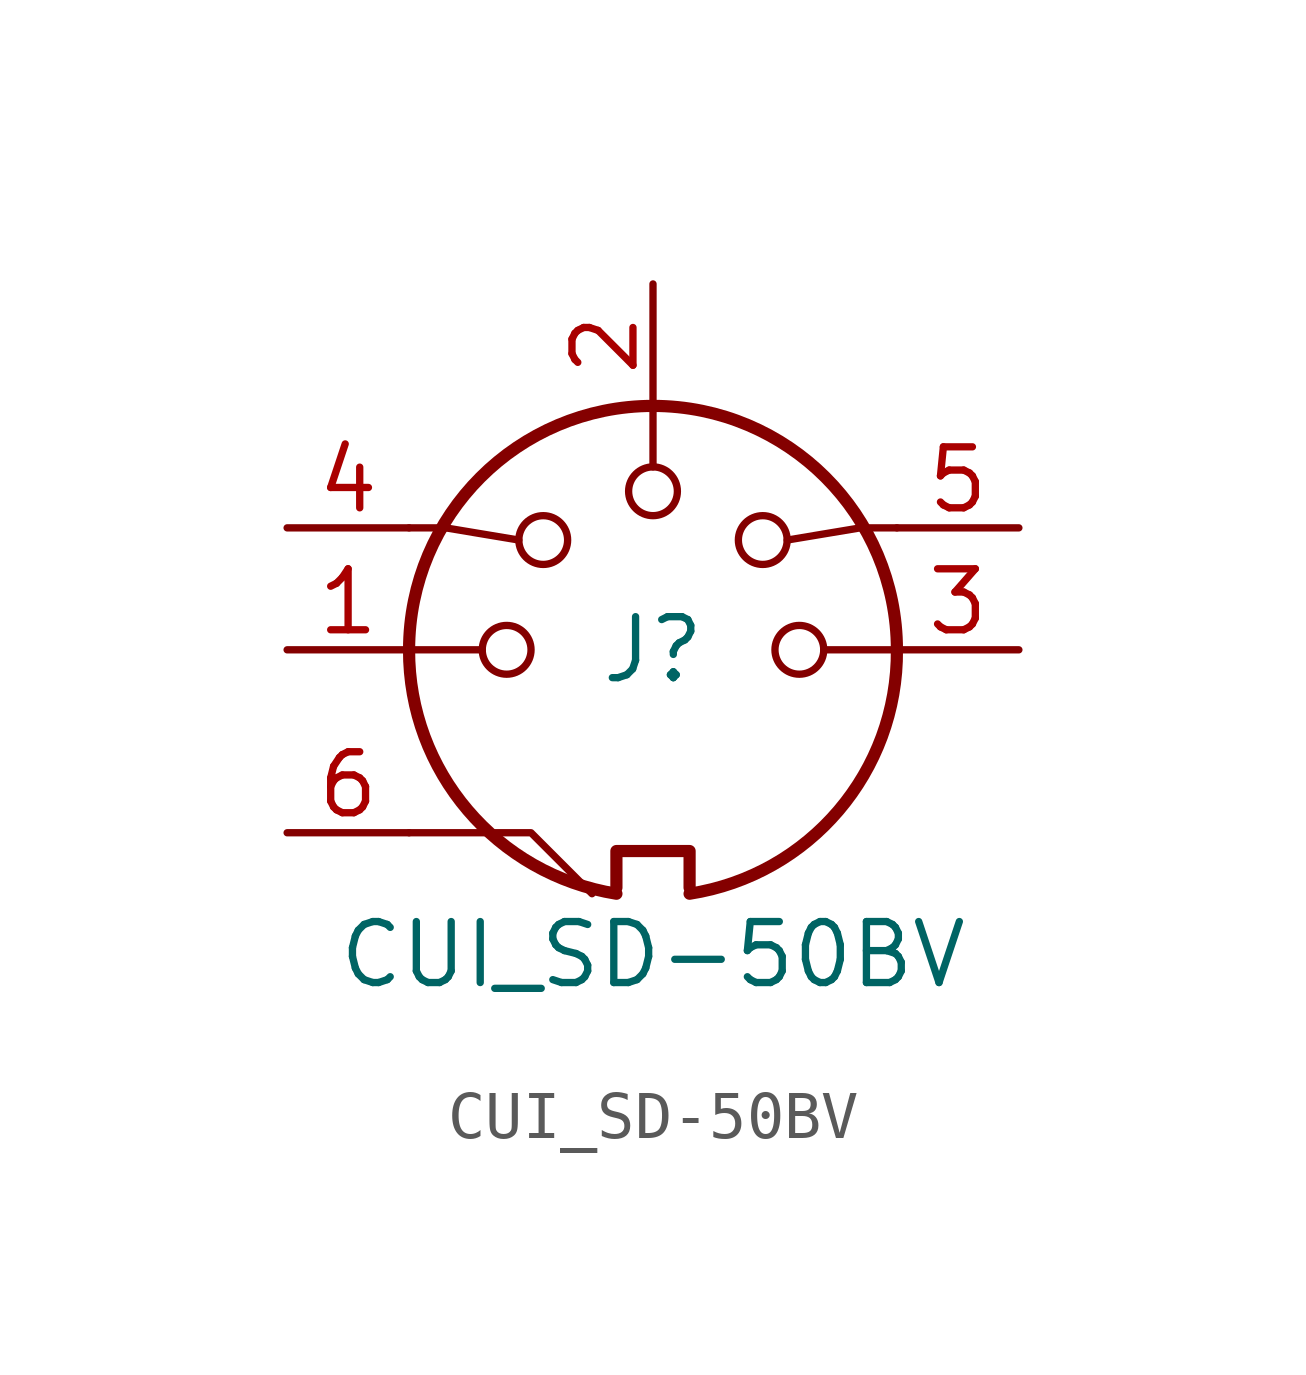
<source format=kicad_sym>
(kicad_symbol_lib
  (version 20211014)
  (generator kicad_symbol_editor)
  (symbol "CUI_SD-50BV"
    (property "Reference" "J"
      (at 0 0 0)
      (effects (font (size 1.27 1.27))))
    (property "Value" "CUI_SD-50BV"
      (at 0 -6.35 0)
      (effects (font (size 1.27 1.27))))
    (symbol "CUI_SD-50BV_0_1"
      (arc (start -5.08 0) (mid -3.8597 -3.3379) (end -0.762 -5.08) (stroke (width 0.254) (type default) (color 0 0 0 0)) (fill (type none)))
      (circle (center -3.048 0) (radius 0.508) (stroke (width 0) (type default) (color 0 0 0 0)) (fill (type none)))
      (circle (center -2.286 2.286) (radius 0.508) (stroke (width 0) (type default) (color 0 0 0 0)) (fill (type none)))
      (polyline (pts (xy -5.08 0) (xy -3.556 0)) (stroke (width 0) (type default) (color 0 0 0 0)) (fill (type none)))
      (polyline (pts (xy 0 5.08) (xy 0 3.81)) (stroke (width 0) (type default) (color 0 0 0 0)) (fill (type none)))
      (polyline (pts (xy 5.08 0) (xy 3.556 0)) (stroke (width 0) (type default) (color 0 0 0 0)) (fill (type none)))
      (polyline (pts (xy -5.08 -3.81) (xy -2.54 -3.81) (xy -1.27 -5.08)) (stroke (width 0) (type default) (color 0 0 0 0)) (fill (type none)))
      (polyline (pts (xy -5.08 2.54) (xy -4.318 2.54) (xy -2.794 2.286)) (stroke (width 0) (type default) (color 0 0 0 0)) (fill (type none)))
      (polyline (pts (xy 5.08 2.54) (xy 4.318 2.54) (xy 2.794 2.286)) (stroke (width 0) (type default) (color 0 0 0 0)) (fill (type none)))
      (polyline (pts (xy -0.762 -4.953) (xy -0.762 -4.191) (xy 0.762 -4.191) (xy 0.762 -4.953)) (stroke (width 0.254) (type default) (color 0 0 0 0)) (fill (type none)))
      (circle (center 0 3.302) (radius 0.508) (stroke (width 0) (type default) (color 0 0 0 0)) (fill (type none)))
      (arc (start 0.762 -5.08) (mid 3.8673 -3.3444) (end 5.08 0) (stroke (width 0.254) (type default) (color 0 0 0 0)) (fill (type none)))
      (circle (center 2.286 2.286) (radius 0.508) (stroke (width 0) (type default) (color 0 0 0 0)) (fill (type none)))
      (circle (center 3.048 0) (radius 0.508) (stroke (width 0) (type default) (color 0 0 0 0)) (fill (type none)))
      (arc (start 5.08 0) (mid 0 5.08) (end -5.08 0) (stroke (width 0.254) (type default) (color 0 0 0 0)) (fill (type none))))
    (symbol "CUI_SD-50BV_1_1"
      (pin passive line (at -7.62 0 0) (length 2.54) (name "~" (effects (font (size 1.27 1.27)))) (number "1" (effects (font (size 1.27 1.27)))))
      (pin passive line (at 0 7.62 270) (length 2.54) (name "~" (effects (font (size 1.27 1.27)))) (number "2" (effects (font (size 1.27 1.27)))))
      (pin passive line (at 7.62 0 180) (length 2.54) (name "~" (effects (font (size 1.27 1.27)))) (number "3" (effects (font (size 1.27 1.27)))))
      (pin passive line (at -7.62 2.54 0) (length 2.54) (name "~" (effects (font (size 1.27 1.27)))) (number "4" (effects (font (size 1.27 1.27)))))
      (pin passive line (at 7.62 2.54 180) (length 2.54) (name "~" (effects (font (size 1.27 1.27)))) (number "5" (effects (font (size 1.27 1.27)))))
      (pin passive line (at -7.62 -3.81 0) (length 2.54) (name "~" (effects (font (size 1.27 1.27)))) (number "6" (effects (font (size 1.27 1.27))))))))
</source>
